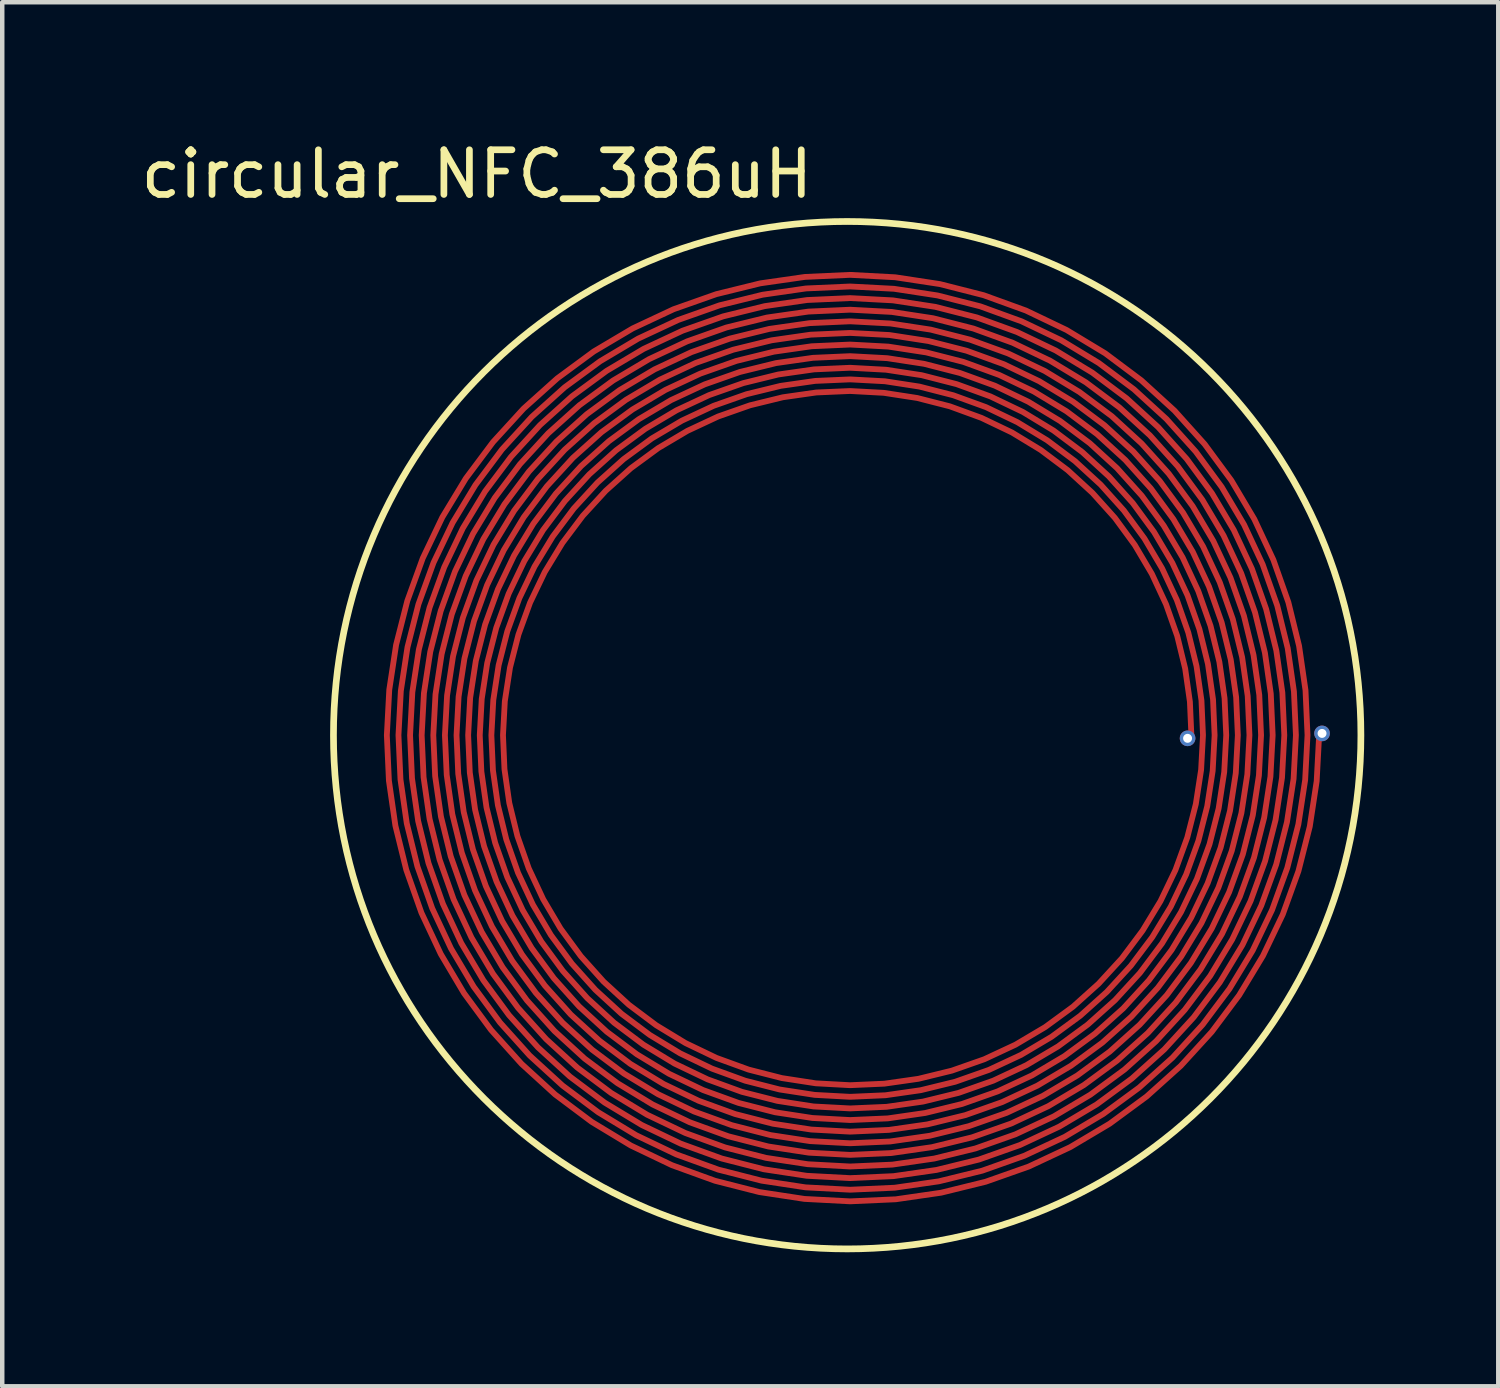
<source format=kicad_pcb>
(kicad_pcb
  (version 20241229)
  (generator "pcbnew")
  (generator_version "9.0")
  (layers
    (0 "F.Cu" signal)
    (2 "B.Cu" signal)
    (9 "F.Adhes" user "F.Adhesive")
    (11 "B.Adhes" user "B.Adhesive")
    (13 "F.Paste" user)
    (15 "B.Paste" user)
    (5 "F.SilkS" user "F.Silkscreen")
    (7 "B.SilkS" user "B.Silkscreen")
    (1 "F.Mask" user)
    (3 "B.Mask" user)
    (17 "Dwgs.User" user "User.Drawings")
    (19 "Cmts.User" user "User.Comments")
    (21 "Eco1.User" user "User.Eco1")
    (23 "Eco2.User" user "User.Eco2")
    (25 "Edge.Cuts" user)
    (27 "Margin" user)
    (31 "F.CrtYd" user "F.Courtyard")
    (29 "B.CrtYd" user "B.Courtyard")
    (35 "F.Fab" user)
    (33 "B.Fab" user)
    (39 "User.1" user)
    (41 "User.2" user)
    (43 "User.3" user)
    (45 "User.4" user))
  (footprint "circular_NFC_386uH"
    (layer "F.Cu")
    (at 15.915 2.908)
    (property "Reference" "circular_NFC_386uH" (at -8.29 -2.06 0) (layer "F.SilkS") (effects (font (size 1 1) (thickness 0.15))))
    (attr through_hole)
    (fp_line (start 7.705 10.5) (end 7.62 10.57) (stroke (width 0.12) (type default)) (layer "F.Cu"))
    (fp_line (start 10.63 10.46) (end 10.56 10.59) (stroke (width 0.12) (type default)) (layer "F.Cu"))
    (fp_circle (center 0 10.5) (end 0 22) (stroke (width 0.15) (type solid)) (fill no) (layer "F.SilkS"))
    (pad "1" thru_hole circle (at 7.62 10.57) (size 0.35 0.35) (drill 0.2) (layers "*.Cu" "*.Mask"))
    (pad "1" smd custom (at 7.705 10.5) (size 0.13 0.13) (layers "F.Cu") (options (anchor circle)) (primitives (gr_line (start 2.86 0) (end 2.805 1.029) (width 0.13)) (gr_line (start 2.805 1.029) (end 2.65 2.047) (width 0.13)) (gr_line (start 2.65 2.047) (end 2.396 3.044) (width 0.13)) (gr_line (start 2.396 3.044) (end 2.046 4.012) (width 0.13)) (gr_line (start 2.046 4.012) (end 1.602 4.94) (width 0.13)) (gr_line (start 1.602 4.94) (end 1.07 5.82) (width 0.13)) (gr_line (start 1.07 5.82) (end 0.455 6.643) (width 0.13)) (gr_line (start 0.455 6.643) (end -0.238 7.402) (width 0.13)) (gr_line (start -0.238 7.402) (end -1.002 8.088) (width 0.13)) (gr_line (start -1.002 8.088) (end -1.829 8.697) (width 0.13)) (gr_line (start -1.829 8.697) (end -2.711 9.221) (width 0.13)) (gr_line (start -2.711 9.221) (end -3.64 9.656) (width 0.13)) (gr_line (start -3.64 9.656) (end -4.607 9.997) (width 0.13)) (gr_line (start -4.607 9.997) (end -5.603 10.242) (width 0.13)) (gr_line (start -5.603 10.242) (end -6.617 10.389) (width 0.13)) (gr_line (start -6.617 10.389) (end -7.64 10.435) (width 0.13)) (gr_line (start -7.64 10.435) (end -8.662 10.381) (width 0.13)) (gr_line (start -8.662 10.381) (end -9.674 10.227) (width 0.13)) (gr_line (start -9.674 10.227) (end -10.666 9.974) (width 0.13)) (gr_line (start -10.666 9.974) (end -11.627 9.626) (width 0.13)) (gr_line (start -11.627 9.626) (end -12.549 9.185) (width 0.13)) (gr_line (start -12.549 9.185) (end -13.424 8.656) (width 0.13)) (gr_line (start -13.424 8.656) (end -14.242 8.044) (width 0.13)) (gr_line (start -14.242 8.044) (end -14.996 7.356) (width 0.13)) (gr_line (start -14.996 7.356) (end -15.678 6.597) (width 0.13)) (gr_line (start -15.678 6.597) (end -16.283 5.775) (width 0.13)) (gr_line (start -16.283 5.775) (end -16.803 4.898) (width 0.13)) (gr_line (start -16.803 4.898) (end -17.236 3.975) (width 0.13)) (gr_line (start -17.236 3.975) (end -17.575 3.014) (width 0.13)) (gr_line (start -17.575 3.014) (end -17.819 2.025) (width 0.13)) (gr_line (start -17.819 2.025) (end -17.964 1.017) (width 0.13)) (gr_line (start -17.964 1.017) (end -18.01 0) (width 0.13)) (gr_line (start -18.01 0) (end -17.956 -1.016) (width 0.13)) (gr_line (start -17.956 -1.016) (end -17.803 -2.022) (width 0.13)) (gr_line (start -17.803 -2.022) (end -17.552 -3.007) (width 0.13)) (gr_line (start -17.552 -3.007) (end -17.206 -3.962) (width 0.13)) (gr_line (start -17.206 -3.962) (end -16.768 -4.879) (width 0.13)) (gr_line (start -16.768 -4.879) (end -16.242 -5.748) (width 0.13)) (gr_line (start -16.242 -5.748) (end -15.634 -6.561) (width 0.13)) (gr_line (start -15.634 -6.561) (end -14.95 -7.31) (width 0.13)) (gr_line (start -14.95 -7.31) (end -14.195 -7.988) (width 0.13)) (gr_line (start -14.195 -7.988) (end -13.379 -8.589) (width 0.13)) (gr_line (start -13.379 -8.589) (end -12.507 -9.106) (width 0.13)) (gr_line (start -12.507 -9.106) (end -11.59 -9.536) (width 0.13)) (gr_line (start -11.59 -9.536) (end -10.635 -9.873) (width 0.13)) (gr_line (start -10.635 -9.873) (end -9.652 -10.115) (width 0.13)) (gr_line (start -9.652 -10.115) (end -8.65 -10.259) (width 0.13)) (gr_line (start -8.65 -10.259) (end -7.64 -10.305) (width 0.13)) (gr_line (start -7.64 -10.305) (end -6.63 -10.251) (width 0.13)) (gr_line (start -6.63 -10.251) (end -5.631 -10.099) (width 0.13)) (gr_line (start -5.631 -10.099) (end -4.652 -9.85) (width 0.13)) (gr_line (start -4.652 -9.85) (end -3.703 -9.506) (width 0.13)) (gr_line (start -3.703 -9.506) (end -2.792 -9.07) (width 0.13)) (gr_line (start -2.792 -9.07) (end -1.928 -8.548) (width 0.13)) (gr_line (start -1.928 -8.548) (end -1.121 -7.944) (width 0.13)) (gr_line (start -1.121 -7.944) (end -0.376 -7.264) (width 0.13)) (gr_line (start -0.376 -7.264) (end 0.298 -6.514) (width 0.13)) (gr_line (start 0.298 -6.514) (end 0.895 -5.703) (width 0.13)) (gr_line (start 0.895 -5.703) (end 1.409 -4.837) (width 0.13)) (gr_line (start 1.409 -4.837) (end 1.836 -3.925) (width 0.13)) (gr_line (start 1.836 -3.925) (end 2.171 -2.976) (width 0.13)) (gr_line (start 2.171 -2.976) (end 2.411 -1.999) (width 0.13)) (gr_line (start 2.411 -1.999) (end 2.555 -1.004) (width 0.13)) (gr_line (start 2.555 -1.004) (end 2.6 0) (width 0.13)) (gr_line (start 2.6 0) (end 2.547 1.003) (width 0.13)) (gr_line (start 2.547 1.003) (end 2.395 1.996) (width 0.13)) (gr_line (start 2.395 1.996) (end 2.147 2.969) (width 0.13)) (gr_line (start 2.147 2.969) (end 1.806 3.912) (width 0.13)) (gr_line (start 1.806 3.912) (end 1.373 4.818) (width 0.13)) (gr_line (start 1.373 4.818) (end 0.854 5.675) (width 0.13)) (gr_line (start 0.854 5.675) (end 0.254 6.478) (width 0.13)) (gr_line (start 0.254 6.478) (end -0.422 7.218) (width 0.13)) (gr_line (start -0.422 7.218) (end -1.167 7.887) (width 0.13)) (gr_line (start -1.167 7.887) (end -1.974 8.48) (width 0.13)) (gr_line (start -1.974 8.48) (end -2.834 8.991) (width 0.13)) (gr_line (start -2.834 8.991) (end -3.74 9.415) (width 0.13)) (gr_line (start -3.74 9.415) (end -4.683 9.749) (width 0.13)) (gr_line (start -4.683 9.749) (end -5.653 9.987) (width 0.13)) (gr_line (start -5.653 9.987) (end -6.642 10.13) (width 0.13)) (gr_line (start -6.642 10.13) (end -7.64 10.175) (width 0.13)) (gr_line (start -7.64 10.175) (end -8.637 10.122) (width 0.13)) (gr_line (start -8.637 10.122) (end -9.623 9.972) (width 0.13)) (gr_line (start -9.623 9.972) (end -10.59 9.725) (width 0.13)) (gr_line (start -10.59 9.725) (end -11.528 9.385) (width 0.13)) (gr_line (start -11.528 9.385) (end -12.427 8.956) (width 0.13)) (gr_line (start -12.427 8.956) (end -13.279 8.44) (width 0.13)) (gr_line (start -13.279 8.44) (end -14.077 7.843) (width 0.13)) (gr_line (start -14.077 7.843) (end -14.812 7.172) (width 0.13)) (gr_line (start -14.812 7.172) (end -15.477 6.432) (width 0.13)) (gr_line (start -15.477 6.432) (end -16.066 5.63) (width 0.13)) (gr_line (start -16.066 5.63) (end -16.574 4.775) (width 0.13)) (gr_line (start -16.574 4.775) (end -16.995 3.875) (width 0.13)) (gr_line (start -16.995 3.875) (end -17.326 2.938) (width 0.13)) (gr_line (start -17.326 2.938) (end -17.564 1.974) (width 0.13)) (gr_line (start -17.564 1.974) (end -17.705 0.991) (width 0.13)) (gr_line (start -17.705 0.991) (end -17.75 0) (width 0.13)) (gr_line (start -17.75 0) (end -17.697 -0.991) (width 0.13)) (gr_line (start -17.697 -0.991) (end -17.548 -1.971) (width 0.13)) (gr_line (start -17.548 -1.971) (end -17.303 -2.931) (width 0.13)) (gr_line (start -17.303 -2.931) (end -16.965 -3.863) (width 0.13)) (gr_line (start -16.965 -3.863) (end -16.538 -4.756) (width 0.13)) (gr_line (start -16.538 -4.756) (end -16.026 -5.603) (width 0.13)) (gr_line (start -16.026 -5.603) (end -15.433 -6.396) (width 0.13)) (gr_line (start -15.433 -6.396) (end -14.766 -7.126) (width 0.13)) (gr_line (start -14.766 -7.126) (end -14.031 -7.787) (width 0.13)) (gr_line (start -14.031 -7.787) (end -13.234 -8.372) (width 0.13)) (gr_line (start -13.234 -8.372) (end -12.385 -8.877) (width 0.13)) (gr_line (start -12.385 -8.877) (end -11.49 -9.295) (width 0.13)) (gr_line (start -11.49 -9.295) (end -10.559 -9.624) (width 0.13)) (gr_line (start -10.559 -9.624) (end -9.601 -9.86) (width 0.13)) (gr_line (start -9.601 -9.86) (end -8.625 -10.001) (width 0.13)) (gr_line (start -8.625 -10.001) (end -7.64 -10.045) (width 0.13)) (gr_line (start -7.64 -10.045) (end -6.656 -9.993) (width 0.13)) (gr_line (start -6.656 -9.993) (end -5.682 -9.844) (width 0.13)) (gr_line (start -5.682 -9.844) (end -4.728 -9.601) (width 0.13)) (gr_line (start -4.728 -9.601) (end -3.802 -9.265) (width 0.13)) (gr_line (start -3.802 -9.265) (end -2.914 -8.841) (width 0.13)) (gr_line (start -2.914 -8.841) (end -2.073 -8.332) (width 0.13)) (gr_line (start -2.073 -8.332) (end -1.286 -7.743) (width 0.13)) (gr_line (start -1.286 -7.743) (end -0.56 -7.08) (width 0.13)) (gr_line (start -0.56 -7.08) (end 0.097 -6.349) (width 0.13)) (gr_line (start 0.097 -6.349) (end 0.678 -5.558) (width 0.13)) (gr_line (start 0.678 -5.558) (end 1.179 -4.714) (width 0.13)) (gr_line (start 1.179 -4.714) (end 1.595 -3.825) (width 0.13)) (gr_line (start 1.595 -3.825) (end 1.922 -2.901) (width 0.13)) (gr_line (start 1.922 -2.901) (end 2.156 -1.949) (width 0.13)) (gr_line (start 2.156 -1.949) (end 2.296 -0.979) (width 0.13)) (gr_line (start 2.296 -0.979) (end 2.34 0) (width 0.13)) (gr_line (start 2.34 0) (end 2.288 0.978) (width 0.13)) (gr_line (start 2.288 0.978) (end 2.14 1.945) (width 0.13)) (gr_line (start 2.14 1.945) (end 1.899 2.894) (width 0.13)) (gr_line (start 1.899 2.894) (end 1.565 3.813) (width 0.13)) (gr_line (start 1.565 3.813) (end 1.144 4.695) (width 0.13)) (gr_line (start 1.144 4.695) (end 0.638 5.531) (width 0.13)) (gr_line (start 0.638 5.531) (end 0.053 6.313) (width 0.13)) (gr_line (start 0.053 6.313) (end -0.606 7.034) (width 0.13)) (gr_line (start -0.606 7.034) (end -1.332 7.686) (width 0.13)) (gr_line (start -1.332 7.686) (end -2.118 8.264) (width 0.13)) (gr_line (start -2.118 8.264) (end -2.957 8.762) (width 0.13)) (gr_line (start -2.957 8.762) (end -3.839 9.175) (width 0.13)) (gr_line (start -3.839 9.175) (end -4.758 9.5) (width 0.13)) (gr_line (start -4.758 9.5) (end -5.704 9.732) (width 0.13)) (gr_line (start -5.704 9.732) (end -6.668 9.871) (width 0.13)) (gr_line (start -6.668 9.871) (end -7.64 9.915) (width 0.13)) (gr_line (start -7.64 9.915) (end -8.611 9.863) (width 0.13)) (gr_line (start -8.611 9.863) (end -9.573 9.717) (width 0.13)) (gr_line (start -9.573 9.717) (end -10.515 9.476) (width 0.13)) (gr_line (start -10.515 9.476) (end -11.428 9.145) (width 0.13)) (gr_line (start -11.428 9.145) (end -12.304 8.726) (width 0.13)) (gr_line (start -12.304 8.726) (end -13.135 8.224) (width 0.13)) (gr_line (start -13.135 8.224) (end -13.912 7.642) (width 0.13)) (gr_line (start -13.912 7.642) (end -14.628 6.988) (width 0.13)) (gr_line (start -14.628 6.988) (end -15.276 6.267) (width 0.13)) (gr_line (start -15.276 6.267) (end -15.85 5.486) (width 0.13)) (gr_line (start -15.85 5.486) (end -16.345 4.653) (width 0.13)) (gr_line (start -16.345 4.653) (end -16.755 3.776) (width 0.13)) (gr_line (start -16.755 3.776) (end -17.078 2.863) (width 0.13)) (gr_line (start -17.078 2.863) (end -17.309 1.923) (width 0.13)) (gr_line (start -17.309 1.923) (end -17.447 0.966) (width 0.13)) (gr_line (start -17.447 0.966) (end -17.49 0) (width 0.13)) (gr_line (start -17.49 0) (end -17.439 -0.965) (width 0.13)) (gr_line (start -17.439 -0.965) (end -17.293 -1.92) (width 0.13)) (gr_line (start -17.293 -1.92) (end -17.054 -2.856) (width 0.13)) (gr_line (start -17.054 -2.856) (end -16.725 -3.763) (width 0.13)) (gr_line (start -16.725 -3.763) (end -16.309 -4.634) (width 0.13)) (gr_line (start -16.309 -4.634) (end -15.81 -5.459) (width 0.13)) (gr_line (start -15.81 -5.459) (end -15.232 -6.231) (width 0.13)) (gr_line (start -15.232 -6.231) (end -14.582 -6.942) (width 0.13)) (gr_line (start -14.582 -6.942) (end -13.866 -7.586) (width 0.13)) (gr_line (start -13.866 -7.586) (end -13.09 -8.156) (width 0.13)) (gr_line (start -13.09 -8.156) (end -12.262 -8.648) (width 0.13)) (gr_line (start -12.262 -8.648) (end -11.391 -9.055) (width 0.13)) (gr_line (start -11.391 -9.055) (end -10.484 -9.375) (width 0.13)) (gr_line (start -10.484 -9.375) (end -9.551 -9.605) (width 0.13)) (gr_line (start -9.551 -9.605) (end -8.599 -9.742) (width 0.13)) (gr_line (start -8.599 -9.742) (end -7.64 -9.785) (width 0.13)) (gr_line (start -7.64 -9.785) (end -6.681 -9.734) (width 0.13)) (gr_line (start -6.681 -9.734) (end -5.733 -9.589) (width 0.13)) (gr_line (start -5.733 -9.589) (end -4.803 -9.352) (width 0.13)) (gr_line (start -4.803 -9.352) (end -3.902 -9.025) (width 0.13)) (gr_line (start -3.902 -9.025) (end -3.037 -8.612) (width 0.13)) (gr_line (start -3.037 -8.612) (end -2.217 -8.116) (width 0.13)) (gr_line (start -2.217 -8.116) (end -1.451 -7.542) (width 0.13)) (gr_line (start -1.451 -7.542) (end -0.744 -6.896) (width 0.13)) (gr_line (start -0.744 -6.896) (end -0.104 -6.184) (width 0.13)) (gr_line (start -0.104 -6.184) (end 0.462 -5.414) (width 0.13)) (gr_line (start 0.462 -5.414) (end 0.95 -4.592) (width 0.13)) (gr_line (start 0.95 -4.592) (end 1.355 -3.726) (width 0.13)) (gr_line (start 1.355 -3.726) (end 1.673 -2.825) (width 0.13)) (gr_line (start 1.673 -2.825) (end 1.901 -1.898) (width 0.13)) (gr_line (start 1.901 -1.898) (end 2.037 -0.953) (width 0.13)) (gr_line (start 2.037 -0.953) (end 2.08 0) (width 0.13)) (gr_line (start 2.08 0) (end 2.029 0.952) (width 0.13)) (gr_line (start 2.029 0.952) (end 1.885 1.895) (width 0.13)) (gr_line (start 1.885 1.895) (end 1.65 2.818) (width 0.13)) (gr_line (start 1.65 2.818) (end 1.325 3.713) (width 0.13)) (gr_line (start 1.325 3.713) (end 0.914 4.572) (width 0.13)) (gr_line (start 0.914 4.572) (end 0.422 5.387) (width 0.13)) (gr_line (start 0.422 5.387) (end -0.148 6.148) (width 0.13)) (gr_line (start -0.148 6.148) (end -0.79 6.85) (width 0.13)) (gr_line (start -0.79 6.85) (end -1.497 7.485) (width 0.13)) (gr_line (start -1.497 7.485) (end -2.262 8.048) (width 0.13)) (gr_line (start -2.262 8.048) (end -3.079 8.533) (width 0.13)) (gr_line (start -3.079 8.533) (end -3.939 8.935) (width 0.13)) (gr_line (start -3.939 8.935) (end -4.834 9.251) (width 0.13)) (gr_line (start -4.834 9.251) (end -5.755 9.477) (width 0.13)) (gr_line (start -5.755 9.477) (end -6.693 9.613) (width 0.13)) (gr_line (start -6.693 9.613) (end -7.64 9.655) (width 0.13)) (gr_line (start -7.64 9.655) (end -8.586 9.604) (width 0.13)) (gr_line (start -8.586 9.604) (end -9.522 9.462) (width 0.13)) (gr_line (start -9.522 9.462) (end -10.439 9.228) (width 0.13)) (gr_line (start -10.439 9.228) (end -11.329 8.905) (width 0.13)) (gr_line (start -11.329 8.905) (end -12.182 8.497) (width 0.13)) (gr_line (start -12.182 8.497) (end -12.99 8.008) (width 0.13)) (gr_line (start -12.99 8.008) (end -13.747 7.441) (width 0.13)) (gr_line (start -13.747 7.441) (end -14.444 6.804) (width 0.13)) (gr_line (start -14.444 6.804) (end -15.075 6.102) (width 0.13)) (gr_line (start -15.075 6.102) (end -15.634 5.341) (width 0.13)) (gr_line (start -15.634 5.341) (end -16.116 4.53) (width 0.13)) (gr_line (start -16.116 4.53) (end -16.515 3.676) (width 0.13)) (gr_line (start -16.515 3.676) (end -16.829 2.787) (width 0.13)) (gr_line (start -16.829 2.787) (end -17.054 1.873) (width 0.13)) (gr_line (start -17.054 1.873) (end -17.188 0.94) (width 0.13)) (gr_line (start -17.188 0.94) (end -17.23 0) (width 0.13)) (gr_line (start -17.23 0) (end -17.18 -0.94) (width 0.13)) (gr_line (start -17.18 -0.94) (end -17.038 -1.869) (width 0.13)) (gr_line (start -17.038 -1.869) (end -16.805 -2.78) (width 0.13)) (gr_line (start -16.805 -2.78) (end -16.485 -3.664) (width 0.13)) (gr_line (start -16.485 -3.664) (end -16.08 -4.511) (width 0.13)) (gr_line (start -16.08 -4.511) (end -15.594 -5.314) (width 0.13)) (gr_line (start -15.594 -5.314) (end -15.031 -6.066) (width 0.13)) (gr_line (start -15.031 -6.066) (end -14.398 -6.758) (width 0.13)) (gr_line (start -14.398 -6.758) (end -13.701 -7.385) (width 0.13)) (gr_line (start -13.701 -7.385) (end -12.945 -7.94) (width 0.13)) (gr_line (start -12.945 -7.94) (end -12.14 -8.418) (width 0.13)) (gr_line (start -12.14 -8.418) (end -11.291 -8.815) (width 0.13)) (gr_line (start -11.291 -8.815) (end -10.408 -9.127) (width 0.13)) (gr_line (start -10.408 -9.127) (end -9.5 -9.35) (width 0.13)) (gr_line (start -9.5 -9.35) (end -8.574 -9.483) (width 0.13)) (gr_line (start -8.574 -9.483) (end -7.64 -9.525) (width 0.13)) (gr_line (start -7.64 -9.525) (end -6.707 -9.475) (width 0.13)) (gr_line (start -6.707 -9.475) (end -5.783 -9.334) (width 0.13)) (gr_line (start -5.783 -9.334) (end -4.879 -9.103) (width 0.13)) (gr_line (start -4.879 -9.103) (end -4.001 -8.785) (width 0.13)) (gr_line (start -4.001 -8.785) (end -3.16 -8.382) (width 0.13)) (gr_line (start -3.16 -8.382) (end -2.362 -7.899) (width 0.13)) (gr_line (start -2.362 -7.899) (end -1.615 -7.341) (width 0.13)) (gr_line (start -1.615 -7.341) (end -0.928 -6.712) (width 0.13)) (gr_line (start -0.928 -6.712) (end -0.305 -6.019) (width 0.13)) (gr_line (start -0.305 -6.019) (end 0.246 -5.269) (width 0.13)) (gr_line (start 0.246 -5.269) (end 0.721 -4.469) (width 0.13)) (gr_line (start 0.721 -4.469) (end 1.115 -3.626) (width 0.13)) (gr_line (start 1.115 -3.626) (end 1.424 -2.75) (width 0.13)) (gr_line (start 1.424 -2.75) (end 1.646 -1.847) (width 0.13)) (gr_line (start 1.646 -1.847) (end 1.778 -0.928) (width 0.13)) (gr_line (start 1.778 -0.928) (end 1.82 0) (width 0.13)) (gr_line (start 1.82 0) (end 1.77 0.927) (width 0.13)) (gr_line (start 1.77 0.927) (end 1.63 1.844) (width 0.13)) (gr_line (start 1.63 1.844) (end 1.401 2.743) (width 0.13)) (gr_line (start 1.401 2.743) (end 1.085 3.614) (width 0.13)) (gr_line (start 1.085 3.614) (end 0.685 4.45) (width 0.13)) (gr_line (start 0.685 4.45) (end 0.205 5.242) (width 0.13)) (gr_line (start 0.205 5.242) (end -0.349 5.983) (width 0.13)) (gr_line (start -0.349 5.983) (end -0.974 6.666) (width 0.13)) (gr_line (start -0.974 6.666) (end -1.662 7.284) (width 0.13)) (gr_line (start -1.662 7.284) (end -2.407 7.832) (width 0.13)) (gr_line (start -2.407 7.832) (end -3.202 8.304) (width 0.13)) (gr_line (start -3.202 8.304) (end -4.038 8.695) (width 0.13)) (gr_line (start -4.038 8.695) (end -4.909 9.002) (width 0.13)) (gr_line (start -4.909 9.002) (end -5.806 9.222) (width 0.13)) (gr_line (start -5.806 9.222) (end -6.719 9.354) (width 0.13)) (gr_line (start -6.719 9.354) (end -7.64 9.395) (width 0.13)) (gr_line (start -7.64 9.395) (end -8.56 9.346) (width 0.13)) (gr_line (start -8.56 9.346) (end -9.471 9.207) (width 0.13)) (gr_line (start -9.471 9.207) (end -10.364 8.979) (width 0.13)) (gr_line (start -10.364 8.979) (end -11.229 8.665) (width 0.13)) (gr_line (start -11.229 8.665) (end -12.059 8.268) (width 0.13)) (gr_line (start -12.059 8.268) (end -12.846 7.791) (width 0.13)) (gr_line (start -12.846 7.791) (end -13.582 7.24) (width 0.13)) (gr_line (start -13.582 7.24) (end -14.26 6.62) (width 0.13)) (gr_line (start -14.26 6.62) (end -14.874 5.937) (width 0.13)) (gr_line (start -14.874 5.937) (end -15.418 5.197) (width 0.13)) (gr_line (start -15.418 5.197) (end -15.886 4.408) (width 0.13)) (gr_line (start -15.886 4.408) (end -16.275 3.577) (width 0.13)) (gr_line (start -16.275 3.577) (end -16.58 2.712) (width 0.13)) (gr_line (start -16.58 2.712) (end -16.799 1.822) (width 0.13)) (gr_line (start -16.799 1.822) (end -16.929 0.915) (width 0.13)) (gr_line (start -16.929 0.915) (end -16.97 0) (width 0.13)) (gr_line (start -16.97 0) (end -16.921 -0.914) (width 0.13)) (gr_line (start -16.921 -0.914) (end -16.783 -1.819) (width 0.13)) (gr_line (start -16.783 -1.819) (end -16.557 -2.705) (width 0.13)) (gr_line (start -16.557 -2.705) (end -16.245 -3.564) (width 0.13)) (gr_line (start -16.245 -3.564) (end -15.85 -4.389) (width 0.13)) (gr_line (start -15.85 -4.389) (end -15.377 -5.17) (width 0.13)) (gr_line (start -15.377 -5.17) (end -14.83 -5.901) (width 0.13)) (gr_line (start -14.83 -5.901) (end -14.214 -6.574) (width 0.13)) (gr_line (start -14.214 -6.574) (end -13.536 -7.184) (width 0.13)) (gr_line (start -13.536 -7.184) (end -12.801 -7.724) (width 0.13)) (gr_line (start -12.801 -7.724) (end -12.017 -8.189) (width 0.13)) (gr_line (start -12.017 -8.189) (end -11.192 -8.575) (width 0.13)) (gr_line (start -11.192 -8.575) (end -10.333 -8.878) (width 0.13)) (gr_line (start -10.333 -8.878) (end -9.449 -9.095) (width 0.13)) (gr_line (start -9.449 -9.095) (end -8.549 -9.224) (width 0.13)) (gr_line (start -8.549 -9.224) (end -7.64 -9.265) (width 0.13)) (gr_line (start -7.64 -9.265) (end -6.732 -9.216) (width 0.13)) (gr_line (start -6.732 -9.216) (end -5.834 -9.079) (width 0.13)) (gr_line (start -5.834 -9.079) (end -4.954 -8.854) (width 0.13)) (gr_line (start -4.954 -8.854) (end -4.101 -8.545) (width 0.13)) (gr_line (start -4.101 -8.545) (end -3.282 -8.153) (width 0.13)) (gr_line (start -3.282 -8.153) (end -2.506 -7.683) (width 0.13)) (gr_line (start -2.506 -7.683) (end -1.78 -7.14) (width 0.13)) (gr_line (start -1.78 -7.14) (end -1.112 -6.528) (width 0.13)) (gr_line (start -1.112 -6.528) (end -0.506 -5.854) (width 0.13)) (gr_line (start -0.506 -5.854) (end 0.03 -5.125) (width 0.13)) (gr_line (start 0.03 -5.125) (end 0.492 -4.346) (width 0.13)) (gr_line (start 0.492 -4.346) (end 0.875 -3.527) (width 0.13)) (gr_line (start 0.875 -3.527) (end 1.176 -2.674) (width 0.13)) (gr_line (start 1.176 -2.674) (end 1.391 -1.796) (width 0.13)) (gr_line (start 1.391 -1.796) (end 1.52 -0.902) (width 0.13)) (gr_line (start 1.52 -0.902) (end 1.56 0) (width 0.13)) (gr_line (start 1.56 0) (end 1.512 0.901) (width 0.13)) (gr_line (start 1.512 0.901) (end 1.375 1.793) (width 0.13)) (gr_line (start 1.375 1.793) (end 1.152 2.667) (width 0.13)) (gr_line (start 1.152 2.667) (end 0.845 3.514) (width 0.13)) (gr_line (start 0.845 3.514) (end 0.456 4.327) (width 0.13)) (gr_line (start 0.456 4.327) (end -0.011 5.098) (width 0.13)) (gr_line (start -0.011 5.098) (end -0.55 5.818) (width 0.13)) (gr_line (start -0.55 5.818) (end -1.158 6.482) (width 0.13)) (gr_line (start -1.158 6.482) (end -1.827 7.083) (width 0.13)) (gr_line (start -1.827 7.083) (end -2.551 7.616) (width 0.13)) (gr_line (start -2.551 7.616) (end -3.324 8.074) (width 0.13)) (gr_line (start -3.324 8.074) (end -4.138 8.455) (width 0.13)) (gr_line (start -4.138 8.455) (end -4.985 8.753) (width 0.13)) (gr_line (start -4.985 8.753) (end -5.856 8.967) (width 0.13)) (gr_line (start -5.856 8.967) (end -6.744 9.095) (width 0.13)) (gr_line (start -6.744 9.095) (end -7.64 9.135) (width 0.13)) (gr_line (start -7.64 9.135) (end -8.535 9.087) (width 0.13)) (gr_line (start -8.535 9.087) (end -9.421 8.952) (width 0.13)) (gr_line (start -9.421 8.952) (end -10.288 8.73) (width 0.13)) (gr_line (start -10.288 8.73) (end -11.13 8.425) (width 0.13)) (gr_line (start -11.13 8.425) (end -11.937 8.038) (width 0.13)) (gr_line (start -11.937 8.038) (end -12.702 7.575) (width 0.13)) (gr_line (start -12.702 7.575) (end -13.417 7.039) (width 0.13)) (gr_line (start -13.417 7.039) (end -14.076 6.436) (width 0.13)) (gr_line (start -14.076 6.436) (end -14.673 5.772) (width 0.13)) (gr_line (start -14.673 5.772) (end -15.202 5.053) (width 0.13)) (gr_line (start -15.202 5.053) (end -15.657 4.285) (width 0.13)) (gr_line (start -15.657 4.285) (end -16.035 3.477) (width 0.13)) (gr_line (start -16.035 3.477) (end -16.331 2.636) (width 0.13)) (gr_line (start -16.331 2.636) (end -16.544 1.771) (width 0.13)) (gr_line (start -16.544 1.771) (end -16.67 0.889) (width 0.13)) (gr_line (start -16.67 0.889) (end -16.71 0) (width 0.13)) (gr_line (start -16.71 0) (end -16.662 -0.889) (width 0.13)) (gr_line (start -16.662 -0.889) (end -16.528 -1.768) (width 0.13)) (gr_line (start -16.528 -1.768) (end -16.308 -2.629) (width 0.13)) (gr_line (start -16.308 -2.629) (end -16.005 -3.465) (width 0.13)) (gr_line (start -16.005 -3.465) (end -15.621 -4.266) (width 0.13)) (gr_line (start -15.621 -4.266) (end -15.161 -5.025) (width 0.13)) (gr_line (start -15.161 -5.025) (end -14.629 -5.736) (width 0.13)) (gr_line (start -14.629 -5.736) (end -14.03 -6.39) (width 0.13)) (gr_line (start -14.03 -6.39) (end -13.371 -6.983) (width 0.13)) (gr_line (start -13.371 -6.983) (end -12.656 -7.508) (width 0.13)) (gr_line (start -12.656 -7.508) (end -11.895 -7.96) (width 0.13)) (gr_line (start -11.895 -7.96) (end -11.092 -8.335) (width 0.13)) (gr_line (start -11.092 -8.335) (end -10.258 -8.629) (width 0.13)) (gr_line (start -10.258 -8.629) (end -9.398 -8.84) (width 0.13)) (gr_line (start -9.398 -8.84) (end -8.523 -8.966) (width 0.13)) (gr_line (start -8.523 -8.966) (end -7.64 -9.005) (width 0.13)) (gr_line (start -7.64 -9.005) (end -6.758 -8.958) (width 0.13)) (gr_line (start -6.758 -8.958) (end -5.885 -8.824) (width 0.13)) (gr_line (start -5.885 -8.824) (end -5.03 -8.606) (width 0.13)) (gr_line (start -5.03 -8.606) (end -4.2 -8.305) (width 0.13)) (gr_line (start -4.2 -8.305) (end -3.405 -7.924) (width 0.13)) (gr_line (start -3.405 -7.924) (end -2.651 -7.467) (width 0.13)) (gr_line (start -2.651 -7.467) (end -1.945 -6.939) (width 0.13)) (gr_line (start -1.945 -6.939) (end -1.295 -6.345) (width 0.13)) (gr_line (start -1.295 -6.345) (end -0.707 -5.69) (width 0.13)) (gr_line (start -0.707 -5.69) (end -0.186 -4.98) (width 0.13)) (gr_line (start -0.186 -4.98) (end 0.262 -4.224) (width 0.13)) (gr_line (start 0.262 -4.224) (end 0.634 -3.427) (width 0.13)) (gr_line (start 0.634 -3.427) (end 0.927 -2.599) (width 0.13)) (gr_line (start 0.927 -2.599) (end 1.136 -1.746) (width 0.13)) (gr_line (start 1.136 -1.746) (end 1.261 -0.877) (width 0.13)) (gr_line (start 1.261 -0.877) (end 1.3 0) (width 0.13)) (gr_line (start 1.3 0) (end 1.253 0.876) (width 0.13)) (gr_line (start 1.253 0.876) (end 1.12 1.743) (width 0.13)) (gr_line (start 1.12 1.743) (end 0.903 2.592) (width 0.13)) (gr_line (start 0.903 2.592) (end 0.604 3.415) (width 0.13)) (gr_line (start 0.604 3.415) (end 0.226 4.205) (width 0.13)) (gr_line (start 0.226 4.205) (end -0.227 4.953) (width 0.13)) (gr_line (start -0.227 4.953) (end -0.751 5.653) (width 0.13)) (gr_line (start -0.751 5.653) (end -1.341 6.299) (width 0.13)) (gr_line (start -1.341 6.299) (end -1.992 6.882) (width 0.13)) (gr_line (start -1.992 6.882) (end -2.696 7.4) (width 0.13)) (gr_line (start -2.696 7.4) (end -3.447 7.845) (width 0.13)) (gr_line (start -3.447 7.845) (end -4.237 8.214) (width 0.13)) (gr_line (start -4.237 8.214) (end -5.06 8.505) (width 0.13)) (gr_line (start -5.06 8.505) (end -5.907 8.712) (width 0.13)) (gr_line (start -5.907 8.712) (end -6.77 8.836) (width 0.13)) (gr_line (start -6.77 8.836) (end -7.64 8.875) (width 0.13)) (gr_line (start -7.64 8.875) (end -8.51 8.828) (width 0.13)) (gr_line (start -8.51 8.828) (end -9.37 8.697) (width 0.13)) (gr_line (start -9.37 8.697) (end -10.213 8.481) (width 0.13)) (gr_line (start -10.213 8.481) (end -11.03 8.184) (width 0.13)) (gr_line (start -11.03 8.184) (end -11.814 7.809) (width 0.13)) (gr_line (start -11.814 7.809) (end -12.557 7.359) (width 0.13)) (gr_line (start -12.557 7.359) (end -13.252 6.838) (width 0.13)) (gr_line (start -13.252 6.838) (end -13.893 6.253) (width 0.13)) (gr_line (start -13.893 6.253) (end -14.472 5.607) (width 0.13)) (gr_line (start -14.472 5.607) (end -14.986 4.908) (width 0.13)) (gr_line (start -14.986 4.908) (end -15.428 4.163) (width 0.13)) (gr_line (start -15.428 4.163) (end -15.794 3.378) (width 0.13)) (gr_line (start -15.794 3.378) (end -16.082 2.561) (width 0.13)) (gr_line (start -16.082 2.561) (end -16.289 1.72) (width 0.13)) (gr_line (start -16.289 1.72) (end -16.412 0.864) (width 0.13)) (gr_line (start -16.412 0.864) (end -16.45 0) (width 0.13)) (gr_line (start -16.45 0) (end -16.404 -0.863) (width 0.13)) (gr_line (start -16.404 -0.863) (end -16.273 -1.717) (width 0.13)) (gr_line (start -16.273 -1.717) (end -16.059 -2.554) (width 0.13)) (gr_line (start -16.059 -2.554) (end -15.764 -3.365) (width 0.13)) (gr_line (start -15.764 -3.365) (end -15.392 -4.143) (width 0.13)) (gr_line (start -15.392 -4.143) (end -14.945 -4.881) (width 0.13)) (gr_line (start -14.945 -4.881) (end -14.428 -5.571) (width 0.13)) (gr_line (start -14.428 -5.571) (end -13.847 -6.207) (width 0.13)) (gr_line (start -13.847 -6.207) (end -13.206 -6.782) (width 0.13)) (gr_line (start -13.206 -6.782) (end -12.512 -7.291) (width 0.13)) (gr_line (start -12.512 -7.291) (end -11.772 -7.73) (width 0.13)) (gr_line (start -11.772 -7.73) (end -10.993 -8.094) (width 0.13)) (gr_line (start -10.993 -8.094) (end -10.182 -8.38) (width 0.13)) (gr_line (start -10.182 -8.38) (end -9.348 -8.585) (width 0.13)) (gr_line (start -9.348 -8.585) (end -8.498 -8.707) (width 0.13)) (gr_line (start -8.498 -8.707) (end -7.64 -8.745) (width 0.13)) (gr_line (start -7.64 -8.745) (end -6.783 -8.699) (width 0.13)) (gr_line (start -6.783 -8.699) (end -5.936 -8.569) (width 0.13)) (gr_line (start -5.936 -8.569) (end -5.105 -8.357) (width 0.13)) (gr_line (start -5.105 -8.357) (end -4.3 -8.064) (width 0.13)) (gr_line (start -4.3 -8.064) (end -3.527 -7.694) (width 0.13)) (gr_line (start -3.527 -7.694) (end -2.795 -7.251) (width 0.13)) (gr_line (start -2.795 -7.251) (end -2.11 -6.738) (width 0.13)) (gr_line (start -2.11 -6.738) (end -1.479 -6.161) (width 0.13)) (gr_line (start -1.479 -6.161) (end -0.908 -5.525) (width 0.13)) (gr_line (start -0.908 -5.525) (end -0.403 -4.836) (width 0.13)) (gr_line (start -0.403 -4.836) (end 0.033 -4.101) (width 0.13)) (gr_line (start 0.033 -4.101) (end 0.394 -3.328) (width 0.13)) (gr_line (start 0.394 -3.328) (end 0.678 -2.523) (width 0.13)) (gr_line (start 0.678 -2.523) (end 0.881 -1.695) (width 0.13)) (gr_line (start 0.881 -1.695) (end 1.002 -0.851) (width 0.13)) (gr_line (start 1.002 -0.851) (end 1.04 0) (width 0.13)) (gr_line (start 1.04 0) (end 0.994 0.85) (width 0.13)) (gr_line (start 0.994 0.85) (end 0.865 1.692) (width 0.13)) (gr_line (start 0.865 1.692) (end 0.655 2.516) (width 0.13)) (gr_line (start 0.655 2.516) (end 0.364 3.315) (width 0.13)) (gr_line (start 0.364 3.315) (end -0.003 4.082) (width 0.13)) (gr_line (start -0.003 4.082) (end -0.443 4.809) (width 0.13)) (gr_line (start -0.443 4.809) (end -0.952 5.488) (width 0.13)) (gr_line (start -0.952 5.488) (end -1.525 6.115) (width 0.13)) (gr_line (start -1.525 6.115) (end -2.157 6.681) (width 0.13)) (gr_line (start -2.157 6.681) (end -2.84 7.183) (width 0.13)) (gr_line (start -2.84 7.183) (end -3.569 7.616) (width 0.13)) (gr_line (start -3.569 7.616) (end -4.337 7.974) (width 0.13)) (gr_line (start -4.337 7.974) (end -5.136 8.256) (width 0.13)) (gr_line (start -5.136 8.256) (end -5.958 8.457) (width 0.13)) (gr_line (start -5.958 8.457) (end -6.795 8.578) (width 0.13)) (gr_line (start -6.795 8.578) (end -7.64 8.615) (width 0.13)) (gr_line (start -7.64 8.615) (end -8.484 8.569) (width 0.13)) (gr_line (start -8.484 8.569) (end -9.319 8.441) (width 0.13)) (gr_line (start -9.319 8.441) (end -10.137 8.232) (width 0.13)) (gr_line (start -10.137 8.232) (end -10.931 7.944) (width 0.13)) (gr_line (start -10.931 7.944) (end -11.692 7.58) (width 0.13)) (gr_line (start -11.692 7.58) (end -12.413 7.143) (width 0.13)) (gr_line (start -12.413 7.143) (end -13.087 6.638) (width 0.13)) (gr_line (start -13.087 6.638) (end -13.709 6.069) (width 0.13)) (gr_line (start -13.709 6.069) (end -14.271 5.442) (width 0.13)) (gr_line (start -14.271 5.442) (end -14.769 4.764) (width 0.13)) (gr_line (start -14.769 4.764) (end -15.198 4.04) (width 0.13)) (gr_line (start -15.198 4.04) (end -15.554 3.278) (width 0.13)) (gr_line (start -15.554 3.278) (end -15.834 2.485) (width 0.13)) (gr_line (start -15.834 2.485) (end -16.034 1.67) (width 0.13)) (gr_line (start -16.034 1.67) (end -16.153 0.838) (width 0.13)) (gr_line (start -16.153 0.838) (end -16.19 0) (width 0.13)) (gr_line (start -16.19 0) (end -16.145 -0.838) (width 0.13)) (gr_line (start -16.145 -0.838) (end -16.018 -1.666) (width 0.13)) (gr_line (start -16.018 -1.666) (end -15.81 -2.478) (width 0.13)) (gr_line (start -15.81 -2.478) (end -15.524 -3.266) (width 0.13)) (gr_line (start -15.524 -3.266) (end -15.163 -4.021) (width 0.13)) (gr_line (start -15.163 -4.021) (end -14.729 -4.737) (width 0.13)) (gr_line (start -14.729 -4.737) (end -14.227 -5.406) (width 0.13)) (gr_line (start -14.227 -5.406) (end -13.663 -6.023) (width 0.13)) (gr_line (start -13.663 -6.023) (end -13.041 -6.581) (width 0.13)) (gr_line (start -13.041 -6.581) (end -12.368 -7.075) (width 0.13)) (gr_line (start -12.368 -7.075) (end -11.649 -7.501) (width 0.13)) (gr_line (start -11.649 -7.501) (end -10.893 -7.854) (width 0.13)) (gr_line (start -10.893 -7.854) (end -10.107 -8.131) (width 0.13)) (gr_line (start -10.107 -8.131) (end -9.297 -8.33) (width 0.13)) (gr_line (start -9.297 -8.33) (end -8.472 -8.448) (width 0.13)) (gr_line (start -8.472 -8.448) (end -7.64 -8.485) (width 0.13)) (gr_line (start -7.64 -8.485) (end -6.809 -8.44) (width 0.13)) (gr_line (start -6.809 -8.44) (end -5.986 -8.314) (width 0.13)) (gr_line (start -5.986 -8.314) (end -5.18 -8.108) (width 0.13)) (gr_line (start -5.18 -8.108) (end -4.399 -7.824) (width 0.13)) (gr_line (start -4.399 -7.824) (end -3.65 -7.465) (width 0.13)) (gr_line (start -3.65 -7.465) (end -2.94 -7.035) (width 0.13)) (gr_line (start -2.94 -7.035) (end -2.275 -6.537) (width 0.13)) (gr_line (start -2.275 -6.537) (end -1.663 -5.977) (width 0.13)) (gr_line (start -1.663 -5.977) (end -1.109 -5.36) (width 0.13)) (gr_line (start -1.109 -5.36) (end -0.619 -4.691) (width 0.13)) (gr_line (start -0.619 -4.691) (end -0.196 -3.979) (width 0.13)) (gr_line (start -0.196 -3.979) (end 0.154 -3.228) (width 0.13)) (gr_line (start 0.154 -3.228) (end 0.429 -2.448) (width 0.13)) (gr_line (start 0.429 -2.448) (end 0.626 -1.644) (width 0.13)) (gr_line (start 0.626 -1.644) (end 0.743 -0.826) (width 0.13)) (gr_line (start 0.743 -0.826) (end 0.78 0) (width 0.13)) (gr_line (start 0.78 0) (end 0.735 0.825) (width 0.13)) (gr_line (start 0.735 0.825) (end 0.61 1.641) (width 0.13)) (gr_line (start 0.61 1.641) (end 0.406 2.441) (width 0.13)) (gr_line (start 0.406 2.441) (end 0.124 3.216) (width 0.13)) (gr_line (start 0.124 3.216) (end -0.232 3.96) (width 0.13)) (gr_line (start -0.232 3.96) (end -0.659 4.664) (width 0.13)) (gr_line (start -0.659 4.664) (end -1.153 5.324) (width 0.13)) (gr_line (start -1.153 5.324) (end -1.709 5.931) (width 0.13)) (gr_line (start -1.709 5.931) (end -2.322 6.48) (width 0.13)) (gr_line (start -2.322 6.48) (end -2.985 6.967) (width 0.13)) (gr_line (start -2.985 6.967) (end -3.692 7.386) (width 0.13)) (gr_line (start -3.692 7.386) (end -4.436 7.734) (width 0.13)) (gr_line (start -4.436 7.734) (end -5.211 8.007) (width 0.13)) (gr_line (start -5.211 8.007) (end -6.008 8.202) (width 0.13)) (gr_line (start -6.008 8.202) (end -6.821 8.319) (width 0.13)) (gr_line (start -6.821 8.319) (end -7.64 8.355) (width 0.13)) (gr_line (start -7.64 8.355) (end -8.459 8.311) (width 0.13)) (gr_line (start -8.459 8.311) (end -9.268 8.186) (width 0.13)) (gr_line (start -9.268 8.186) (end -10.062 7.984) (width 0.13)) (gr_line (start -10.062 7.984) (end -10.831 7.704) (width 0.13)) (gr_line (start -10.831 7.704) (end -11.569 7.351) (width 0.13)) (gr_line (start -11.569 7.351) (end -12.268 6.927) (width 0.13)) (gr_line (start -12.268 6.927) (end -12.922 6.437) (width 0.13)) (gr_line (start -12.922 6.437) (end -13.525 5.885) (width 0.13)) (gr_line (start -13.525 5.885) (end -14.07 5.277) (width 0.13)) (gr_line (start -14.07 5.277) (end -14.553 4.619) (width 0.13)) (gr_line (start -14.553 4.619) (end -14.969 3.917) (width 0.13)) (gr_line (start -14.969 3.917) (end -15.314 3.179) (width 0.13)) (gr_line (start -15.314 3.179) (end -15.585 2.41) (width 0.13)) (gr_line (start -15.585 2.41) (end -15.779 1.619) (width 0.13)) (gr_line (start -15.779 1.619) (end -15.894 0.813) (width 0.13)) (gr_line (start -15.894 0.813) (end -15.93 0) (width 0.13)) (gr_line (start -15.93 0) (end -15.886 -0.812) (width 0.13)) (gr_line (start -15.886 -0.812) (end -15.763 -1.616) (width 0.13)) (gr_line (start -15.763 -1.616) (end -15.561 -2.403) (width 0.13)) (gr_line (start -15.561 -2.403) (end -15.284 -3.166) (width 0.13)) (gr_line (start -15.284 -3.166) (end -14.933 -3.898) (width 0.13)) (gr_line (start -14.933 -3.898) (end -14.513 -4.592) (width 0.13)) (gr_line (start -14.513 -4.592) (end -14.026 -5.241) (width 0.13)) (gr_line (start -14.026 -5.241) (end -13.479 -5.839) (width 0.13)) (gr_line (start -13.479 -5.839) (end -12.876 -6.38) (width 0.13)) (gr_line (start -12.876 -6.38) (end -12.223 -6.859) (width 0.13)) (gr_line (start -12.223 -6.859) (end -11.527 -7.272) (width 0.13)) (gr_line (start -11.527 -7.272) (end -10.794 -7.614) (width 0.13)) (gr_line (start -10.794 -7.614) (end -10.031 -7.882) (width 0.13)) (gr_line (start -10.031 -7.882) (end -9.246 -8.075) (width 0.13)) (gr_line (start -9.246 -8.075) (end -8.447 -8.189) (width 0.13)) (gr_line (start -8.447 -8.189) (end -7.64 -8.225) (width 0.13)) (gr_line (start -7.64 -8.225) (end -6.834 -8.181) (width 0.13)) (gr_line (start -6.834 -8.181) (end -6.037 -8.059) (width 0.13)) (gr_line (start -6.037 -8.059) (end -5.256 -7.859) (width 0.13)) (gr_line (start -5.256 -7.859) (end -4.499 -7.584) (width 0.13)) (gr_line (start -4.499 -7.584) (end -3.772 -7.236) (width 0.13)) (gr_line (start -3.772 -7.236) (end -3.084 -6.819) (width 0.13)) (gr_line (start -3.084 -6.819) (end -2.44 -6.336) (width 0.13)) (gr_line (start -2.44 -6.336) (end -1.847 -5.793) (width 0.13)) (gr_line (start -1.847 -5.793) (end -1.31 -5.195) (width 0.13)) (gr_line (start -1.31 -5.195) (end -0.835 -4.547) (width 0.13)) (gr_line (start -0.835 -4.547) (end -0.426 -3.856) (width 0.13)) (gr_line (start -0.426 -3.856) (end -0.086 -3.129) (width 0.13)) (gr_line (start -0.086 -3.129) (end 0.18 -2.372) (width 0.13)) (gr_line (start 0.18 -2.372) (end 0.371 -1.594) (width 0.13)) (gr_line (start 0.371 -1.594) (end 0.485 -0.8) (width 0.13)) (gr_line (start 0.485 -0.8) (end 0.52 0) (width 0.13)) (gr_line (start 0.52 0) (end 0.477 0.799) (width 0.13)) (gr_line (start 0.477 0.799) (end 0.355 1.59) (width 0.13)) (gr_line (start 0.355 1.59) (end 0.157 2.365) (width 0.13)) (gr_line (start 0.157 2.365) (end -0.116 3.116) (width 0.13)) (gr_line (start -0.116 3.116) (end -0.461 3.837) (width 0.13)) (gr_line (start -0.461 3.837) (end -0.875 4.52) (width 0.13)) (gr_line (start -0.875 4.52) (end -1.354 5.159) (width 0.13)) (gr_line (start -1.354 5.159) (end -1.893 5.747) (width 0.13)) (gr_line (start -1.893 5.747) (end -2.487 6.28) (width 0.13)) (gr_line (start -2.487 6.28) (end -3.129 6.751) (width 0.13)) (gr_line (start -3.129 6.751) (end -3.814 7.157) (width 0.13)) (gr_line (start -3.814 7.157) (end -4.536 7.494) (width 0.13)) (gr_line (start -4.536 7.494) (end -5.287 7.758) (width 0.13)) (gr_line (start -5.287 7.758) (end -6.059 7.947) (width 0.13)) (gr_line (start -6.059 7.947) (end -6.846 8.06) (width 0.13)) (gr_line (start -6.846 8.06) (end -7.64 8.095) (width 0.13)) (gr_line (start -7.64 8.095) (end -8.433 8.052) (width 0.13)) (gr_line (start -8.433 8.052) (end -9.218 7.931) (width 0.13)) (gr_line (start -9.218 7.931) (end -9.986 7.735) (width 0.13)) (gr_line (start -9.986 7.735) (end -10.732 7.464) (width 0.13)) (gr_line (start -10.732 7.464) (end -11.446 7.121) (width 0.13)) (gr_line (start -11.446 7.121) (end -12.124 6.71) (width 0.13)) (gr_line (start -12.124 6.71) (end -12.757 6.236) (width 0.13)) (gr_line (start -12.757 6.236) (end -13.341 5.701) (width 0.13)) (gr_line (start -13.341 5.701) (end -13.869 5.112) (width 0.13)) (gr_line (start -13.869 5.112) (end -14.337 4.475) (width 0.13)) (gr_line (start -14.337 4.475) (end -14.74 3.795) (width 0.13)) (gr_line (start -14.74 3.795) (end -15.074 3.079) (width 0.13)) (gr_line (start -15.074 3.079) (end -15.336 2.335) (width 0.13)) (gr_line (start -15.336 2.335) (end -15.524 1.568) (width 0.13)) (gr_line (start -15.524 1.568) (end -15.635 0.787) (width 0.13)) (gr_line (start -15.635 0.787) (end -15.67 0) (width 0.13)) (gr_line (start -15.67 0) (end -15.627 -0.787) (width 0.13)) (gr_line (start -15.627 -0.787) (end -15.508 -1.565) (width 0.13)) (gr_line (start -15.508 -1.565) (end -15.313 -2.327) (width 0.13)) (gr_line (start -15.313 -2.327) (end -15.044 -3.067) (width 0.13)) (gr_line (start -15.044 -3.067) (end -14.704 -3.776) (width 0.13)) (gr_line (start -14.704 -3.776) (end -14.296 -4.448) (width 0.13)) (gr_line (start -14.296 -4.448) (end -13.825 -5.076) (width 0.13)) (gr_line (start -13.825 -5.076) (end -13.295 -5.655) (width 0.13)) (gr_line (start -13.295 -5.655) (end -12.711 -6.179) (width 0.13)) (gr_line (start -12.711 -6.179) (end -12.079 -6.643) (width 0.13)) (gr_line (start -12.079 -6.643) (end -11.404 -7.042) (width 0.13)) (gr_line (start -11.404 -7.042) (end -10.694 -7.374) (width 0.13)) (gr_line (start -10.694 -7.374) (end -9.956 -7.634) (width 0.13)) (gr_line (start -9.956 -7.634) (end -9.195 -7.82) (width 0.13)) (gr_line (start -9.195 -7.82) (end -8.421 -7.931) (width 0.13)) (gr_line (start -8.421 -7.931) (end -7.64 -7.965) (width 0.13)) (gr_line (start -7.64 -7.965) (end -6.86 -7.923) (width 0.13)) (gr_line (start -6.86 -7.923) (end -6.088 -7.804) (width 0.13)) (gr_line (start -6.088 -7.804) (end -5.331 -7.61) (width 0.13)) (gr_line (start -5.331 -7.61) (end -4.598 -7.344) (width 0.13)) (gr_line (start -4.598 -7.344) (end -3.895 -7.007) (width 0.13)) (gr_line (start -3.895 -7.007) (end -3.228 -6.602) (width 0.13)) (gr_line (start -3.228 -6.602) (end -2.605 -6.135) (width 0.13)) (gr_line (start -2.605 -6.135) (end -2.031 -5.609) (width 0.13)) (gr_line (start -2.031 -5.609) (end -1.511 -5.03) (width 0.13)) (gr_line (start -1.511 -5.03) (end -1.051 -4.403) (width 0.13)) (gr_line (start -1.051 -4.403) (end -0.655 -3.734) (width 0.13)) (gr_line (start -0.655 -3.734) (end -0.326 -3.029) (width 0.13)) (gr_line (start -0.326 -3.029) (end -0.069 -2.297) (width 0.13)) (gr_line (start -0.069 -2.297) (end 0.116 -1.543) (width 0.13)) (gr_line (start 0.116 -1.543) (end 0.226 -0.775) (width 0.13)) (gr_line (start 0.226 -0.775) (end 0.26 0) (width 0.13)) (gr_line (start 0.26 0) (end 0.218 0.774) (width 0.13)) (gr_line (start 0.218 0.774) (end 0.1 1.54) (width 0.13)) (gr_line (start 0.1 1.54) (end -0.092 2.29) (width 0.13)) (gr_line (start -0.092 2.29) (end -0.356 3.017) (width 0.13)) (gr_line (start -0.356 3.017) (end -0.691 3.714) (width 0.13)) (gr_line (start -0.691 3.714) (end -1.092 4.375) (width 0.13)) (gr_line (start -1.092 4.375) (end -1.555 4.994) (width 0.13)) (gr_line (start -1.555 4.994) (end -2.077 5.563) (width 0.13)) (gr_line (start -2.077 5.563) (end -2.651 6.079) (width 0.13)) (gr_line (start -2.651 6.079) (end -3.274 6.535) (width 0.13)) (gr_line (start -3.274 6.535) (end -3.937 6.928) (width 0.13)) (gr_line (start -3.937 6.928) (end -4.635 7.254) (width 0.13)) (gr_line (start -4.635 7.254) (end -5.362 7.509) (width 0.13)) (gr_line (start -5.362 7.509) (end -6.11 7.692) (width 0.13)) (gr_line (start -6.11 7.692) (end -6.872 7.801) (width 0.13)) (gr_line (start -6.872 7.801) (end -7.64 7.835) (width 0.13)) (gr_line (start -7.64 7.835) (end -8.408 7.793) (width 0.13)) (gr_line (start -8.408 7.793) (end -9.167 7.676) (width 0.13)) (gr_line (start -9.167 7.676) (end -9.911 7.486) (width 0.13)) (gr_line (start -9.911 7.486) (end -10.632 7.224) (width 0.13)) (gr_line (start -10.632 7.224) (end -11.324 6.892) (width 0.13)) (gr_line (start -11.324 6.892) (end -11.979 6.494) (width 0.13)) (gr_line (start -11.979 6.494) (end -12.592 6.035) (width 0.13)) (gr_line (start -12.592 6.035) (end -13.157 5.517) (width 0.13)) (gr_line (start -13.157 5.517) (end -13.668 4.947) (width 0.13)) (gr_line (start -13.668 4.947) (end -14.121 4.33) (width 0.13)) (gr_line (start -14.121 4.33) (end -14.51 3.672) (width 0.13)) (gr_line (start -14.51 3.672) (end -14.834 2.98) (width 0.13)) (gr_line (start -14.834 2.98) (end -15.087 2.259) (width 0.13)) (gr_line (start -15.087 2.259) (end -15.269 1.517) (width 0.13)) (gr_line (start -15.269 1.517) (end -15.377 0.762) (width 0.13)) (gr_line (start -15.377 0.762) (end -15.41 0) (width 0.13)) (gr_line (start -15.41 0) (end -15.369 -0.761) (width 0.13)) (gr_line (start -15.369 -0.761) (end -15.253 -1.514) (width 0.13)) (gr_line (start -15.253 -1.514) (end -15.064 -2.252) (width 0.13)) (gr_line (start -15.064 -2.252) (end -14.804 -2.967) (width 0.13)) (gr_line (start -14.804 -2.967) (end -14.475 -3.653) (width 0.13)) (gr_line (start -14.475 -3.653) (end -14.08 -4.303) (width 0.13)) (gr_line (start -14.08 -4.303) (end -13.624 -4.911) (width 0.13)) (gr_line (start -13.624 -4.911) (end -13.111 -5.471) (width 0.13)) (gr_line (start -13.111 -5.471) (end -12.546 -5.978) (width 0.13)) (gr_line (start -12.546 -5.978) (end -11.934 -6.427) (width 0.13)) (gr_line (start -11.934 -6.427) (end -11.282 -6.813) (width 0.13)) (gr_line (start -11.282 -6.813) (end -10.595 -7.134) (width 0.13)) (gr_line (start -10.595 -7.134) (end -9.88 -7.385) (width 0.13)) (gr_line (start -9.88 -7.385) (end -9.145 -7.565) (width 0.13)) (gr_line (start -9.145 -7.565) (end -8.396 -7.672) (width 0.13)) (gr_line (start -8.396 -7.672) (end -7.64 -7.705) (width 0.13)) (gr_line (start -7.64 -7.705) (end -6.885 -7.664) (width 0.13)) (gr_line (start -6.885 -7.664) (end -6.138 -7.549) (width 0.13)) (gr_line (start -6.138 -7.549) (end -5.407 -7.362) (width 0.13)) (gr_line (start -5.407 -7.362) (end -4.698 -7.103) (width 0.13)) (gr_line (start -4.698 -7.103) (end -4.017 -6.777) (width 0.13)) (gr_line (start -4.017 -6.777) (end -3.373 -6.386) (width 0.13)) (gr_line (start -3.373 -6.386) (end -2.77 -5.934) (width 0.13)) (gr_line (start -2.77 -5.934) (end -2.215 -5.425) (width 0.13)) (gr_line (start -2.215 -5.425) (end -1.712 -4.865) (width 0.13)) (gr_line (start -1.712 -4.865) (end -1.267 -4.258) (width 0.13)) (gr_line (start -1.267 -4.258) (end -0.884 -3.611) (width 0.13)) (gr_line (start -0.884 -3.611) (end -0.567 -2.93) (width 0.13)) (gr_line (start -0.567 -2.93) (end -0.317 -2.221) (width 0.13)) (gr_line (start -0.317 -2.221) (end -0.139 -1.492) (width 0.13)) (gr_line (start -0.139 -1.492) (end -0.033 -0.749) (width 0.13)) (gr_line (start -0.033 -0.749) (end 0 0) (width 0.13))))
    (pad "2" thru_hole circle (at 10.63 10.46) (size 0.35 0.35) (drill 0.2) (layers "*.Cu" "*.Mask")))
  (gr_rect
    (start -3 -3)
    (end 30.49 27.983)
    (stroke (width 0.1) (type default))
    (fill no)
    (layer "Edge.Cuts")))
</source>
